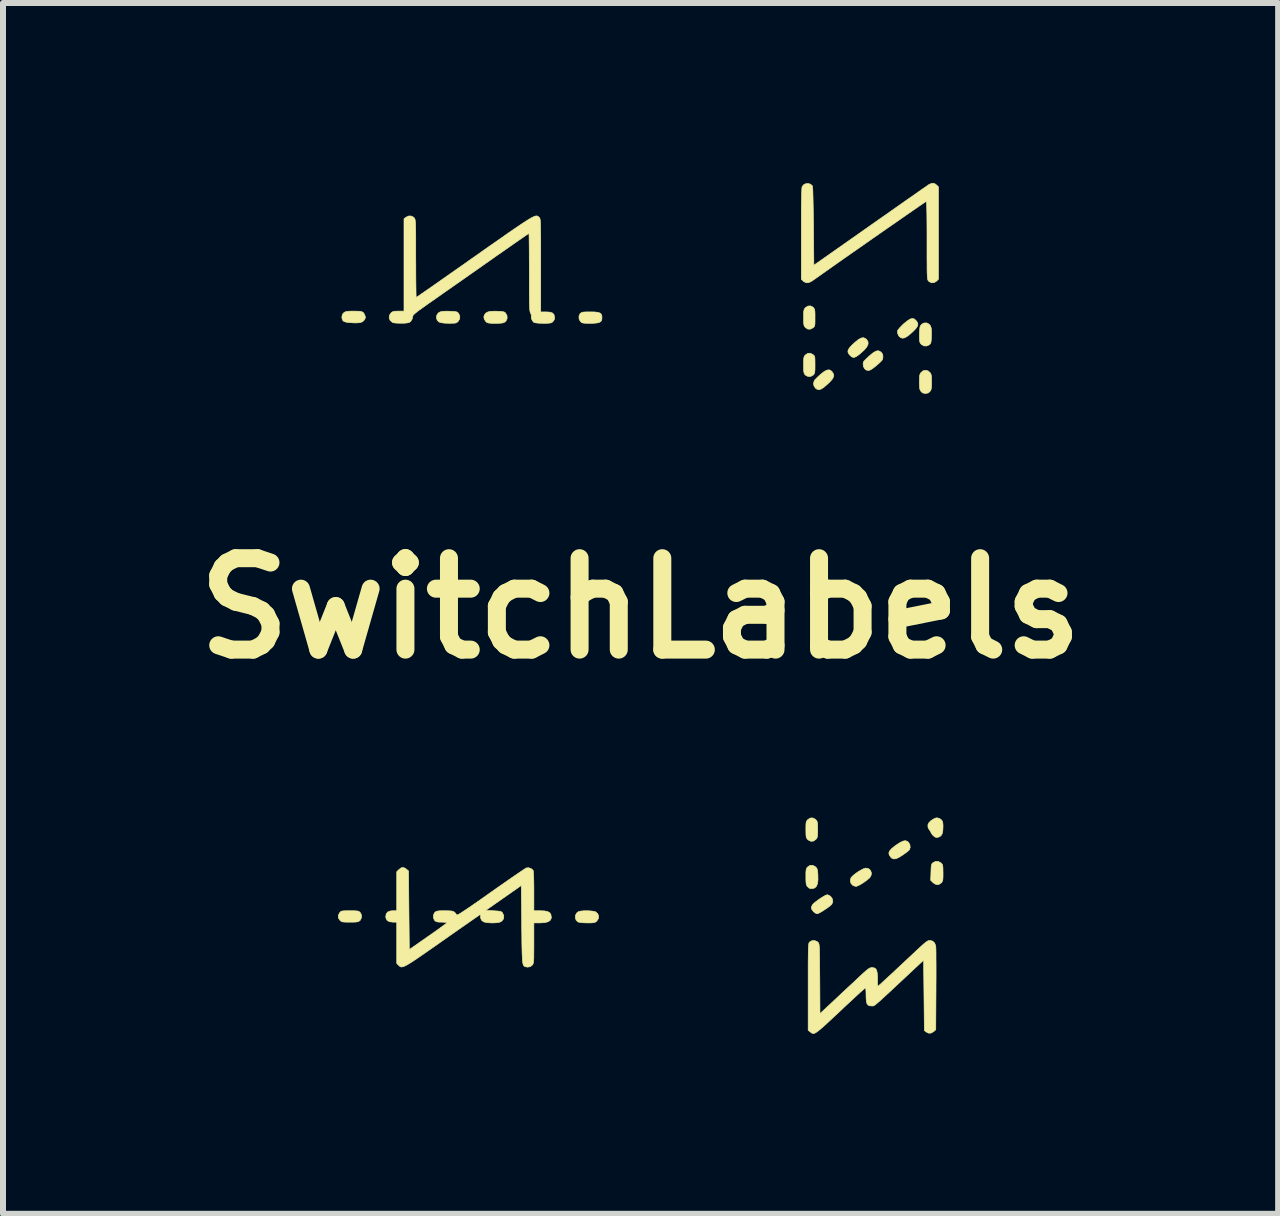
<source format=kicad_pcb>
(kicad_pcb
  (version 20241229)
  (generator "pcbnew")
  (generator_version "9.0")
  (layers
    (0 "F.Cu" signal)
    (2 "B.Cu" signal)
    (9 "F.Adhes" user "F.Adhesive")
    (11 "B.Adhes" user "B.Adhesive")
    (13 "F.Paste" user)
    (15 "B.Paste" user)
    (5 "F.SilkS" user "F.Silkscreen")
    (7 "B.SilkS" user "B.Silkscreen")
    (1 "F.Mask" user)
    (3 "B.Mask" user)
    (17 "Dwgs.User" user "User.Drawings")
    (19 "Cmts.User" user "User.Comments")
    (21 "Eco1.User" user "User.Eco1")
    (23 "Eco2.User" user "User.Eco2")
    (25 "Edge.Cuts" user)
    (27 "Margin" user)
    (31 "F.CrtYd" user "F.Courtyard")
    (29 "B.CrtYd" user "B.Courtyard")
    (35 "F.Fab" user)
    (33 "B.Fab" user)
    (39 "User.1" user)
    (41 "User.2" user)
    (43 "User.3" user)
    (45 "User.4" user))
  (footprint "SwitchLabels"
    (layer "F.Cu")
    (at 7.627 7.089)
    (property "Reference" "SwitchLabels" (at 0 0 0) (layer "F.SilkS") (effects (font (size 1.524 1.524) (thickness 0.3))))
    (attr through_hole)
    (fp_poly (pts (xy 3.749 -4.497) (xy 3.77 -4.479) (xy 3.792 -4.443) (xy 3.793 -4.403) (xy 3.772 -4.357) (xy 3.729 -4.305) (xy 3.663 -4.246) (xy 3.641 -4.227) (xy 3.595 -4.195) (xy 3.559 -4.181) (xy 3.529 -4.186) (xy 3.497 -4.21) (xy 3.492 -4.215) (xy 3.466 -4.246) (xy 3.456 -4.275) (xy 3.461 -4.306) (xy 3.484 -4.343) (xy 3.526 -4.388) (xy 3.572 -4.431) (xy 3.63 -4.478) (xy 3.676 -4.504) (xy 3.715 -4.51) (xy 3.749 -4.497)) (stroke (width 0.01) (type solid)) (fill yes) (layer "F.SilkS"))
    (fp_poly (pts (xy -0.832 5.045) (xy -0.782 5.051) (xy -0.75 5.06) (xy -0.714 5.091) (xy -0.698 5.132) (xy -0.704 5.176) (xy -0.73 5.214) (xy -0.746 5.228) (xy -0.764 5.237) (xy -0.79 5.242) (xy -0.829 5.245) (xy -0.885 5.245) (xy -0.95 5.243) (xy -1.002 5.238) (xy -1.037 5.231) (xy -1.041 5.229) (xy -1.073 5.2) (xy -1.087 5.161) (xy -1.085 5.119) (xy -1.066 5.081) (xy -1.034 5.056) (xy -0.999 5.048) (xy -0.949 5.043) (xy -0.89 5.042) (xy -0.832 5.045)) (stroke (width 0.01) (type solid)) (fill yes) (layer "F.SilkS"))
    (fp_poly (pts (xy 3.187 -3.95) (xy 3.211 -3.915) (xy 3.221 -3.885) (xy 3.215 -3.853) (xy 3.194 -3.816) (xy 3.154 -3.771) (xy 3.114 -3.734) (xy 3.057 -3.684) (xy 3.011 -3.654) (xy 2.974 -3.643) (xy 2.942 -3.65) (xy 2.912 -3.673) (xy 2.911 -3.674) (xy 2.888 -3.714) (xy 2.885 -3.76) (xy 2.9 -3.801) (xy 2.905 -3.807) (xy 2.925 -3.827) (xy 2.957 -3.859) (xy 2.997 -3.895) (xy 3.007 -3.904) (xy 3.065 -3.949) (xy 3.113 -3.972) (xy 3.153 -3.973) (xy 3.187 -3.95)) (stroke (width 0.01) (type solid)) (fill yes) (layer "F.SilkS"))
    (fp_poly (pts (xy 4.445 3.884) (xy 4.468 3.903) (xy 4.489 3.94) (xy 4.495 3.984) (xy 4.484 4.022) (xy 4.48 4.028) (xy 4.463 4.044) (xy 4.43 4.07) (xy 4.388 4.1) (xy 4.37 4.113) (xy 4.306 4.153) (xy 4.256 4.175) (xy 4.217 4.178) (xy 4.185 4.164) (xy 4.167 4.145) (xy 4.145 4.11) (xy 4.139 4.078) (xy 4.151 4.046) (xy 4.182 4.01) (xy 4.234 3.967) (xy 4.266 3.944) (xy 4.328 3.904) (xy 4.376 3.881) (xy 4.414 3.874) (xy 4.445 3.884)) (stroke (width 0.01) (type solid)) (fill yes) (layer "F.SilkS"))
    (fp_poly (pts (xy 4.56 -4.824) (xy 4.589 -4.8) (xy 4.593 -4.796) (xy 4.616 -4.763) (xy 4.623 -4.731) (xy 4.613 -4.697) (xy 4.586 -4.658) (xy 4.539 -4.611) (xy 4.498 -4.574) (xy 4.445 -4.532) (xy 4.402 -4.508) (xy 4.366 -4.502) (xy 4.335 -4.511) (xy 4.306 -4.537) (xy 4.287 -4.577) (xy 4.283 -4.619) (xy 4.284 -4.626) (xy 4.297 -4.647) (xy 4.324 -4.679) (xy 4.361 -4.717) (xy 4.387 -4.742) (xy 4.446 -4.79) (xy 4.492 -4.82) (xy 4.529 -4.83) (xy 4.56 -4.824)) (stroke (width 0.01) (type solid)) (fill yes) (layer "F.SilkS"))
    (fp_poly (pts (xy 4.982 3.503) (xy 5.011 3.524) (xy 5.028 3.544) (xy 5.037 3.567) (xy 5.041 3.601) (xy 5.042 3.644) (xy 5.038 3.713) (xy 5.027 3.761) (xy 5.007 3.792) (xy 4.983 3.809) (xy 4.945 3.821) (xy 4.915 3.816) (xy 4.886 3.797) (xy 4.86 3.77) (xy 4.844 3.744) (xy 4.829 3.713) (xy 4.812 3.691) (xy 4.792 3.654) (xy 4.79 3.611) (xy 4.804 3.578) (xy 4.836 3.545) (xy 4.878 3.516) (xy 4.919 3.497) (xy 4.943 3.493) (xy 4.982 3.503)) (stroke (width 0.01) (type solid)) (fill yes) (layer "F.SilkS"))
    (fp_poly (pts (xy 3.801 4.341) (xy 3.832 4.368) (xy 3.847 4.405) (xy 3.845 4.447) (xy 3.823 4.488) (xy 3.813 4.498) (xy 3.77 4.534) (xy 3.722 4.569) (xy 3.673 4.6) (xy 3.63 4.623) (xy 3.599 4.635) (xy 3.593 4.636) (xy 3.558 4.628) (xy 3.534 4.616) (xy 3.507 4.584) (xy 3.497 4.541) (xy 3.505 4.499) (xy 3.51 4.49) (xy 3.536 4.461) (xy 3.576 4.428) (xy 3.624 4.394) (xy 3.674 4.364) (xy 3.719 4.341) (xy 3.752 4.331) (xy 3.756 4.331) (xy 3.801 4.341)) (stroke (width 0.01) (type solid)) (fill yes) (layer "F.SilkS"))
    (fp_poly (pts (xy -3.185 -4.951) (xy -3.126 -4.948) (xy -3.087 -4.945) (xy -3.062 -4.939) (xy -3.046 -4.929) (xy -3.034 -4.917) (xy -3.013 -4.872) (xy -3.014 -4.825) (xy -3.039 -4.783) (xy -3.041 -4.781) (xy -3.057 -4.767) (xy -3.075 -4.757) (xy -3.101 -4.752) (xy -3.14 -4.751) (xy -3.197 -4.75) (xy -3.273 -4.753) (xy -3.326 -4.76) (xy -3.356 -4.77) (xy -3.389 -4.8) (xy -3.402 -4.839) (xy -3.398 -4.881) (xy -3.375 -4.918) (xy -3.351 -4.935) (xy -3.324 -4.945) (xy -3.289 -4.95) (xy -3.239 -4.952) (xy -3.185 -4.951)) (stroke (width 0.01) (type solid)) (fill yes) (layer "F.SilkS"))
    (fp_poly (pts (xy 3.984 -4.286) (xy 4.011 -4.267) (xy 4.033 -4.239) (xy 4.04 -4.206) (xy 4.039 -4.172) (xy 4.035 -4.154) (xy 4.027 -4.137) (xy 4.009 -4.116) (xy 3.98 -4.088) (xy 3.935 -4.049) (xy 3.921 -4.037) (xy 3.865 -3.993) (xy 3.821 -3.968) (xy 3.786 -3.963) (xy 3.755 -3.975) (xy 3.736 -3.992) (xy 3.713 -4.034) (xy 3.71 -4.083) (xy 3.716 -4.107) (xy 3.728 -4.123) (xy 3.756 -4.152) (xy 3.793 -4.187) (xy 3.818 -4.21) (xy 3.874 -4.256) (xy 3.918 -4.283) (xy 3.954 -4.293) (xy 3.984 -4.286)) (stroke (width 0.01) (type solid)) (fill yes) (layer "F.SilkS"))
    (fp_poly (pts (xy -4.721 -4.952) (xy -4.675 -4.95) (xy -4.645 -4.943) (xy -4.625 -4.932) (xy -4.611 -4.915) (xy -4.603 -4.901) (xy -4.587 -4.861) (xy -4.59 -4.83) (xy -4.611 -4.798) (xy -4.613 -4.795) (xy -4.638 -4.775) (xy -4.671 -4.762) (xy -4.718 -4.757) (xy -4.783 -4.757) (xy -4.843 -4.761) (xy -4.904 -4.768) (xy -4.945 -4.781) (xy -4.967 -4.803) (xy -4.977 -4.835) (xy -4.978 -4.859) (xy -4.969 -4.9) (xy -4.945 -4.927) (xy -4.926 -4.939) (xy -4.902 -4.947) (xy -4.868 -4.951) (xy -4.817 -4.953) (xy -4.787 -4.953) (xy -4.721 -4.952)) (stroke (width 0.01) (type solid)) (fill yes) (layer "F.SilkS"))
    (fp_poly (pts (xy -2.39 -4.951) (xy -2.333 -4.948) (xy -2.296 -4.944) (xy -2.272 -4.938) (xy -2.256 -4.927) (xy -2.247 -4.917) (xy -2.225 -4.874) (xy -2.224 -4.828) (xy -2.243 -4.788) (xy -2.256 -4.776) (xy -2.275 -4.764) (xy -2.298 -4.756) (xy -2.331 -4.752) (xy -2.38 -4.75) (xy -2.419 -4.75) (xy -2.479 -4.75) (xy -2.52 -4.753) (xy -2.547 -4.758) (xy -2.565 -4.767) (xy -2.576 -4.776) (xy -2.605 -4.817) (xy -2.612 -4.86) (xy -2.598 -4.897) (xy -2.575 -4.923) (xy -2.543 -4.94) (xy -2.499 -4.949) (xy -2.436 -4.952) (xy -2.39 -4.951)) (stroke (width 0.01) (type solid)) (fill yes) (layer "F.SilkS"))
    (fp_poly (pts (xy -0.764 -4.939) (xy -0.709 -4.932) (xy -0.674 -4.92) (xy -0.653 -4.899) (xy -0.644 -4.869) (xy -0.643 -4.845) (xy -0.646 -4.808) (xy -0.66 -4.782) (xy -0.686 -4.765) (xy -0.729 -4.755) (xy -0.792 -4.75) (xy -0.837 -4.75) (xy -0.899 -4.75) (xy -0.94 -4.752) (xy -0.966 -4.756) (xy -0.984 -4.764) (xy -0.998 -4.776) (xy -1.001 -4.779) (xy -1.024 -4.819) (xy -1.027 -4.864) (xy -1.012 -4.905) (xy -1.003 -4.915) (xy -0.989 -4.926) (xy -0.97 -4.934) (xy -0.941 -4.938) (xy -0.897 -4.94) (xy -0.84 -4.94) (xy -0.764 -4.939)) (stroke (width 0.01) (type solid)) (fill yes) (layer "F.SilkS"))
    (fp_poly (pts (xy 4.781 -4.752) (xy 4.812 -4.733) (xy 4.833 -4.707) (xy 4.845 -4.67) (xy 4.85 -4.615) (xy 4.849 -4.546) (xy 4.847 -4.487) (xy 4.843 -4.447) (xy 4.838 -4.422) (xy 4.828 -4.406) (xy 4.815 -4.393) (xy 4.771 -4.372) (xy 4.724 -4.373) (xy 4.681 -4.398) (xy 4.679 -4.4) (xy 4.665 -4.417) (xy 4.656 -4.435) (xy 4.651 -4.462) (xy 4.649 -4.502) (xy 4.648 -4.552) (xy 4.65 -4.608) (xy 4.654 -4.658) (xy 4.659 -4.694) (xy 4.663 -4.704) (xy 4.689 -4.737) (xy 4.728 -4.756) (xy 4.77 -4.756) (xy 4.781 -4.752)) (stroke (width 0.01) (type solid)) (fill yes) (layer "F.SilkS"))
    (fp_poly (pts (xy 2.914 4.308) (xy 2.916 4.309) (xy 2.934 4.328) (xy 2.945 4.349) (xy 2.951 4.381) (xy 2.956 4.431) (xy 2.956 4.435) (xy 2.958 4.524) (xy 2.95 4.59) (xy 2.931 4.636) (xy 2.901 4.663) (xy 2.858 4.673) (xy 2.852 4.674) (xy 2.811 4.666) (xy 2.782 4.64) (xy 2.77 4.621) (xy 2.762 4.599) (xy 2.758 4.566) (xy 2.756 4.518) (xy 2.756 4.474) (xy 2.756 4.414) (xy 2.758 4.374) (xy 2.763 4.348) (xy 2.771 4.329) (xy 2.784 4.314) (xy 2.787 4.311) (xy 2.827 4.285) (xy 2.87 4.284) (xy 2.914 4.308)) (stroke (width 0.01) (type solid)) (fill yes) (layer "F.SilkS"))
    (fp_poly (pts (xy 3.137 4.783) (xy 3.167 4.802) (xy 3.17 4.805) (xy 3.197 4.843) (xy 3.205 4.887) (xy 3.191 4.928) (xy 3.182 4.939) (xy 3.157 4.962) (xy 3.119 4.991) (xy 3.073 5.022) (xy 3.027 5.052) (xy 2.986 5.075) (xy 2.955 5.09) (xy 2.944 5.093) (xy 2.92 5.084) (xy 2.89 5.063) (xy 2.882 5.056) (xy 2.853 5.017) (xy 2.847 4.982) (xy 2.865 4.944) (xy 2.871 4.936) (xy 2.894 4.913) (xy 2.932 4.883) (xy 2.977 4.85) (xy 3.023 4.82) (xy 3.066 4.794) (xy 3.099 4.779) (xy 3.112 4.775) (xy 3.137 4.783)) (stroke (width 0.01) (type solid)) (fill yes) (layer "F.SilkS"))
    (fp_poly (pts (xy 4.966 4.221) (xy 5.009 4.246) (xy 5.011 4.248) (xy 5.025 4.263) (xy 5.034 4.28) (xy 5.039 4.305) (xy 5.041 4.342) (xy 5.042 4.398) (xy 5.042 4.413) (xy 5.042 4.474) (xy 5.04 4.515) (xy 5.035 4.542) (xy 5.027 4.56) (xy 5.014 4.575) (xy 5.011 4.579) (xy 4.971 4.605) (xy 4.929 4.606) (xy 4.886 4.582) (xy 4.875 4.572) (xy 4.836 4.534) (xy 4.841 4.399) (xy 4.843 4.339) (xy 4.846 4.298) (xy 4.852 4.272) (xy 4.86 4.255) (xy 4.873 4.242) (xy 4.875 4.241) (xy 4.92 4.219) (xy 4.966 4.221)) (stroke (width 0.01) (type solid)) (fill yes) (layer "F.SilkS"))
    (fp_poly (pts (xy -4.781 5.042) (xy -4.738 5.044) (xy -4.71 5.048) (xy -4.692 5.055) (xy -4.678 5.066) (xy -4.674 5.07) (xy -4.652 5.11) (xy -4.651 5.155) (xy -4.669 5.196) (xy -4.678 5.205) (xy -4.693 5.217) (xy -4.712 5.225) (xy -4.74 5.23) (xy -4.782 5.232) (xy -4.843 5.232) (xy -4.904 5.232) (xy -4.946 5.23) (xy -4.973 5.226) (xy -4.991 5.218) (xy -5.006 5.205) (xy -5.011 5.201) (xy -5.037 5.161) (xy -5.038 5.118) (xy -5.016 5.075) (xy -5.003 5.061) (xy -4.99 5.051) (xy -4.97 5.046) (xy -4.938 5.043) (xy -4.89 5.042) (xy -4.845 5.042) (xy -4.781 5.042)) (stroke (width 0.01) (type solid)) (fill yes) (layer "F.SilkS"))
    (fp_poly (pts (xy 2.875 -4.228) (xy 2.889 -4.216) (xy 2.899 -4.202) (xy 2.905 -4.182) (xy 2.907 -4.15) (xy 2.908 -4.102) (xy 2.908 -4.059) (xy 2.908 -3.996) (xy 2.906 -3.954) (xy 2.902 -3.926) (xy 2.895 -3.907) (xy 2.884 -3.893) (xy 2.879 -3.888) (xy 2.838 -3.865) (xy 2.793 -3.863) (xy 2.753 -3.883) (xy 2.745 -3.89) (xy 2.733 -3.906) (xy 2.725 -3.925) (xy 2.72 -3.952) (xy 2.718 -3.994) (xy 2.718 -4.056) (xy 2.718 -4.117) (xy 2.72 -4.158) (xy 2.724 -4.185) (xy 2.732 -4.204) (xy 2.745 -4.219) (xy 2.749 -4.223) (xy 2.789 -4.25) (xy 2.832 -4.251) (xy 2.875 -4.228)) (stroke (width 0.01) (type solid)) (fill yes) (layer "F.SilkS"))
    (fp_poly (pts (xy 4.791 -3.957) (xy 4.822 -3.932) (xy 4.836 -3.914) (xy 4.844 -3.893) (xy 4.849 -3.864) (xy 4.851 -3.821) (xy 4.851 -3.773) (xy 4.851 -3.713) (xy 4.848 -3.672) (xy 4.842 -3.644) (xy 4.832 -3.624) (xy 4.825 -3.615) (xy 4.798 -3.59) (xy 4.763 -3.582) (xy 4.75 -3.581) (xy 4.71 -3.587) (xy 4.682 -3.606) (xy 4.675 -3.615) (xy 4.662 -3.634) (xy 4.654 -3.658) (xy 4.65 -3.692) (xy 4.648 -3.742) (xy 4.648 -3.773) (xy 4.649 -3.832) (xy 4.651 -3.871) (xy 4.657 -3.898) (xy 4.667 -3.918) (xy 4.678 -3.932) (xy 4.713 -3.96) (xy 4.75 -3.967) (xy 4.791 -3.957)) (stroke (width 0.01) (type solid)) (fill yes) (layer "F.SilkS"))
    (fp_poly (pts (xy 2.873 -5.02) (xy 2.881 -5.013) (xy 2.893 -4.997) (xy 2.901 -4.979) (xy 2.906 -4.952) (xy 2.908 -4.911) (xy 2.908 -4.851) (xy 2.908 -4.842) (xy 2.908 -4.78) (xy 2.907 -4.739) (xy 2.903 -4.712) (xy 2.896 -4.695) (xy 2.884 -4.682) (xy 2.875 -4.675) (xy 2.83 -4.652) (xy 2.787 -4.654) (xy 2.749 -4.679) (xy 2.735 -4.695) (xy 2.726 -4.712) (xy 2.721 -4.737) (xy 2.718 -4.774) (xy 2.718 -4.83) (xy 2.718 -4.845) (xy 2.718 -4.906) (xy 2.72 -4.947) (xy 2.725 -4.973) (xy 2.733 -4.992) (xy 2.745 -5.007) (xy 2.749 -5.011) (xy 2.79 -5.037) (xy 2.833 -5.04) (xy 2.873 -5.02)) (stroke (width 0.01) (type solid)) (fill yes) (layer "F.SilkS"))
    (fp_poly (pts (xy 2.914 3.517) (xy 2.922 3.525) (xy 2.936 3.542) (xy 2.945 3.56) (xy 2.95 3.586) (xy 2.952 3.625) (xy 2.953 3.684) (xy 2.953 3.689) (xy 2.952 3.749) (xy 2.95 3.79) (xy 2.945 3.817) (xy 2.937 3.835) (xy 2.923 3.852) (xy 2.922 3.853) (xy 2.882 3.881) (xy 2.838 3.884) (xy 2.796 3.863) (xy 2.787 3.855) (xy 2.773 3.839) (xy 2.764 3.822) (xy 2.759 3.798) (xy 2.757 3.76) (xy 2.756 3.705) (xy 2.756 3.689) (xy 2.756 3.629) (xy 2.758 3.588) (xy 2.763 3.561) (xy 2.771 3.543) (xy 2.784 3.527) (xy 2.787 3.524) (xy 2.828 3.497) (xy 2.872 3.495) (xy 2.914 3.517)) (stroke (width 0.01) (type solid)) (fill yes) (layer "F.SilkS"))
    (fp_poly (pts (xy 4.898 -7.081) (xy 4.935 -7.055) (xy 4.966 -7.024) (xy 4.966 -5.485) (xy 4.935 -5.454) (xy 4.894 -5.428) (xy 4.85 -5.425) (xy 4.81 -5.445) (xy 4.803 -5.452) (xy 4.797 -5.459) (xy 4.791 -5.467) (xy 4.787 -5.478) (xy 4.784 -5.494) (xy 4.781 -5.518) (xy 4.779 -5.552) (xy 4.777 -5.597) (xy 4.776 -5.655) (xy 4.776 -5.73) (xy 4.775 -5.823) (xy 4.775 -5.937) (xy 4.775 -6.072) (xy 4.775 -6.132) (xy 4.775 -6.299) (xy 4.774 -6.441) (xy 4.773 -6.558) (xy 4.771 -6.651) (xy 4.769 -6.718) (xy 4.766 -6.762) (xy 4.763 -6.781) (xy 4.762 -6.782) (xy 4.751 -6.775) (xy 4.72 -6.754) (xy 4.672 -6.722) (xy 4.609 -6.678) (xy 4.532 -6.625) (xy 4.443 -6.564) (xy 4.344 -6.495) (xy 4.237 -6.42) (xy 4.122 -6.341) (xy 4.003 -6.258) (xy 3.881 -6.173) (xy 3.758 -6.087) (xy 3.635 -6.001) (xy 3.514 -5.917) (xy 3.397 -5.835) (xy 3.286 -5.757) (xy 3.183 -5.684) (xy 3.089 -5.618) (xy 3.006 -5.559) (xy 2.935 -5.509) (xy 2.879 -5.47) (xy 2.865 -5.459) (xy 2.81 -5.43) (xy 2.763 -5.425) (xy 2.721 -5.445) (xy 2.711 -5.454) (xy 2.68 -5.485) (xy 2.68 -6.241) (xy 2.68 -6.417) (xy 2.68 -6.57) (xy 2.681 -6.698) (xy 2.683 -6.804) (xy 2.684 -6.889) (xy 2.687 -6.953) (xy 2.689 -6.997) (xy 2.692 -7.022) (xy 2.694 -7.028) (xy 2.722 -7.063) (xy 2.764 -7.08) (xy 2.81 -7.077) (xy 2.818 -7.074) (xy 2.848 -7.057) (xy 2.866 -7.038) (xy 2.868 -7.021) (xy 2.871 -6.982) (xy 2.873 -6.922) (xy 2.875 -6.844) (xy 2.877 -6.751) (xy 2.879 -6.645) (xy 2.881 -6.528) (xy 2.883 -6.403) (xy 2.883 -6.367) (xy 2.889 -5.718) (xy 3.829 -6.378) (xy 3.968 -6.476) (xy 4.101 -6.569) (xy 4.228 -6.658) (xy 4.346 -6.741) (xy 4.454 -6.817) (xy 4.551 -6.884) (xy 4.634 -6.943) (xy 4.703 -6.991) (xy 4.756 -7.027) (xy 4.791 -7.052) (xy 4.807 -7.063) (xy 4.807 -7.063) (xy 4.855 -7.084) (xy 4.898 -7.081)) (stroke (width 0.01) (type solid)) (fill yes) (layer "F.SilkS"))
    (fp_poly (pts (xy 4.869 5.548) (xy 4.903 5.581) (xy 4.921 5.629) (xy 4.922 5.649) (xy 4.924 5.692) (xy 4.925 5.756) (xy 4.925 5.838) (xy 4.926 5.935) (xy 4.926 6.044) (xy 4.926 6.164) (xy 4.925 6.292) (xy 4.925 6.348) (xy 4.921 7.025) (xy 4.886 7.056) (xy 4.841 7.082) (xy 4.798 7.082) (xy 4.761 7.062) (xy 4.731 7.038) (xy 4.718 5.866) (xy 4.476 6.092) (xy 4.359 6.202) (xy 4.258 6.296) (xy 4.174 6.375) (xy 4.103 6.44) (xy 4.045 6.494) (xy 3.999 6.536) (xy 3.962 6.568) (xy 3.934 6.592) (xy 3.913 6.609) (xy 3.897 6.62) (xy 3.885 6.626) (xy 3.876 6.629) (xy 3.868 6.63) (xy 3.859 6.629) (xy 3.855 6.629) (xy 3.816 6.626) (xy 3.79 6.612) (xy 3.772 6.585) (xy 3.763 6.54) (xy 3.759 6.475) (xy 3.759 6.451) (xy 3.758 6.395) (xy 3.755 6.353) (xy 3.751 6.33) (xy 3.747 6.327) (xy 3.736 6.336) (xy 3.708 6.361) (xy 3.665 6.399) (xy 3.611 6.449) (xy 3.546 6.509) (xy 3.474 6.576) (xy 3.395 6.649) (xy 3.386 6.658) (xy 3.279 6.759) (xy 3.188 6.843) (xy 3.113 6.913) (xy 3.051 6.97) (xy 3.001 7.013) (xy 2.961 7.046) (xy 2.93 7.068) (xy 2.906 7.082) (xy 2.887 7.088) (xy 2.871 7.088) (xy 2.858 7.083) (xy 2.844 7.074) (xy 2.829 7.062) (xy 2.827 7.06) (xy 2.794 7.034) (xy 2.794 6.311) (xy 2.794 6.157) (xy 2.794 6.027) (xy 2.794 5.918) (xy 2.795 5.828) (xy 2.796 5.756) (xy 2.797 5.699) (xy 2.798 5.656) (xy 2.801 5.623) (xy 2.803 5.6) (xy 2.806 5.585) (xy 2.81 5.574) (xy 2.815 5.567) (xy 2.819 5.563) (xy 2.857 5.541) (xy 2.902 5.539) (xy 2.943 5.555) (xy 2.957 5.566) (xy 2.963 5.574) (xy 2.969 5.582) (xy 2.973 5.594) (xy 2.977 5.612) (xy 2.979 5.638) (xy 2.982 5.674) (xy 2.983 5.723) (xy 2.984 5.787) (xy 2.985 5.868) (xy 2.986 5.968) (xy 2.987 6.091) (xy 2.988 6.176) (xy 2.991 6.757) (xy 3.245 6.52) (xy 3.323 6.447) (xy 3.404 6.371) (xy 3.484 6.296) (xy 3.559 6.227) (xy 3.622 6.167) (xy 3.655 6.136) (xy 3.714 6.081) (xy 3.758 6.042) (xy 3.791 6.016) (xy 3.815 6) (xy 3.835 5.992) (xy 3.853 5.989) (xy 3.857 5.989) (xy 3.894 5.994) (xy 3.92 6.009) (xy 3.937 6.039) (xy 3.946 6.086) (xy 3.95 6.154) (xy 3.95 6.174) (xy 3.95 6.227) (xy 3.952 6.269) (xy 3.955 6.294) (xy 3.957 6.299) (xy 3.961 6.297) (xy 3.97 6.29) (xy 3.986 6.276) (xy 4.009 6.256) (xy 4.041 6.226) (xy 4.083 6.188) (xy 4.136 6.139) (xy 4.202 6.078) (xy 4.281 6.004) (xy 4.375 5.916) (xy 4.484 5.814) (xy 4.611 5.695) (xy 4.634 5.674) (xy 4.691 5.621) (xy 4.734 5.583) (xy 4.766 5.559) (xy 4.79 5.544) (xy 4.809 5.538) (xy 4.822 5.537) (xy 4.869 5.548)) (stroke (width 0.01) (type solid)) (fill yes) (layer "F.SilkS"))
    (fp_poly (pts (xy -1.724 -6.539) (xy -1.713 -6.535) (xy -1.703 -6.528) (xy -1.693 -6.519) (xy -1.69 -6.516) (xy -1.685 -6.51) (xy -1.68 -6.503) (xy -1.676 -6.493) (xy -1.673 -6.478) (xy -1.67 -6.455) (xy -1.668 -6.424) (xy -1.667 -6.381) (xy -1.666 -6.326) (xy -1.665 -6.256) (xy -1.664 -6.169) (xy -1.664 -6.063) (xy -1.664 -5.937) (xy -1.664 -5.788) (xy -1.664 -5.715) (xy -1.664 -4.94) (xy -1.576 -4.94) (xy -1.511 -4.936) (xy -1.468 -4.922) (xy -1.443 -4.896) (xy -1.433 -4.855) (xy -1.434 -4.823) (xy -1.444 -4.799) (xy -1.463 -4.776) (xy -1.478 -4.764) (xy -1.498 -4.756) (xy -1.528 -4.752) (xy -1.573 -4.75) (xy -1.625 -4.75) (xy -1.701 -4.752) (xy -1.753 -4.758) (xy -1.78 -4.767) (xy -1.781 -4.767) (xy -1.804 -4.795) (xy -1.819 -4.831) (xy -1.822 -4.864) (xy -1.821 -4.87) (xy -1.822 -4.894) (xy -1.834 -4.921) (xy -1.838 -4.93) (xy -1.842 -4.944) (xy -1.845 -4.965) (xy -1.848 -4.994) (xy -1.85 -5.035) (xy -1.852 -5.088) (xy -1.853 -5.157) (xy -1.853 -5.243) (xy -1.854 -5.349) (xy -1.854 -5.476) (xy -1.854 -5.6) (xy -1.854 -5.726) (xy -1.855 -5.843) (xy -1.855 -5.951) (xy -1.856 -6.045) (xy -1.857 -6.124) (xy -1.858 -6.186) (xy -1.859 -6.228) (xy -1.861 -6.247) (xy -1.861 -6.248) (xy -1.872 -6.241) (xy -1.903 -6.221) (xy -1.95 -6.188) (xy -2.014 -6.144) (xy -2.092 -6.09) (xy -2.181 -6.028) (xy -2.282 -5.957) (xy -2.392 -5.881) (xy -2.508 -5.799) (xy -2.594 -5.739) (xy -2.723 -5.648) (xy -2.852 -5.558) (xy -2.978 -5.469) (xy -3.1 -5.384) (xy -3.213 -5.305) (xy -3.317 -5.232) (xy -3.408 -5.168) (xy -3.484 -5.115) (xy -3.543 -5.074) (xy -3.559 -5.062) (xy -3.639 -5.005) (xy -3.701 -4.961) (xy -3.745 -4.926) (xy -3.775 -4.901) (xy -3.791 -4.882) (xy -3.797 -4.869) (xy -3.797 -4.868) (xy -3.807 -4.82) (xy -3.833 -4.78) (xy -3.856 -4.764) (xy -3.886 -4.757) (xy -3.932 -4.752) (xy -3.987 -4.751) (xy -4.043 -4.752) (xy -4.092 -4.755) (xy -4.126 -4.761) (xy -4.134 -4.764) (xy -4.173 -4.797) (xy -4.19 -4.839) (xy -4.186 -4.883) (xy -4.16 -4.922) (xy -4.14 -4.938) (xy -4.118 -4.948) (xy -4.085 -4.952) (xy -4.036 -4.953) (xy -3.943 -4.953) (xy -3.943 -6.492) (xy -3.913 -6.516) (xy -3.87 -6.538) (xy -3.825 -6.539) (xy -3.785 -6.52) (xy -3.773 -6.507) (xy -3.767 -6.499) (xy -3.762 -6.49) (xy -3.758 -6.477) (xy -3.755 -6.458) (xy -3.752 -6.432) (xy -3.75 -6.395) (xy -3.749 -6.347) (xy -3.748 -6.284) (xy -3.747 -6.205) (xy -3.747 -6.107) (xy -3.747 -5.988) (xy -3.747 -5.846) (xy -3.747 -5.828) (xy -3.746 -5.702) (xy -3.746 -5.585) (xy -3.745 -5.478) (xy -3.744 -5.384) (xy -3.743 -5.305) (xy -3.742 -5.243) (xy -3.741 -5.202) (xy -3.74 -5.183) (xy -3.739 -5.182) (xy -3.728 -5.189) (xy -3.697 -5.209) (xy -3.649 -5.243) (xy -3.584 -5.288) (xy -3.504 -5.343) (xy -3.411 -5.408) (xy -3.306 -5.482) (xy -3.19 -5.563) (xy -3.066 -5.65) (xy -2.933 -5.743) (xy -2.795 -5.841) (xy -2.771 -5.857) (xy -2.603 -5.976) (xy -2.454 -6.08) (xy -2.323 -6.171) (xy -2.21 -6.251) (xy -2.112 -6.318) (xy -2.028 -6.375) (xy -1.958 -6.422) (xy -1.899 -6.46) (xy -1.851 -6.49) (xy -1.812 -6.512) (xy -1.782 -6.527) (xy -1.758 -6.536) (xy -1.739 -6.54) (xy -1.724 -6.539)) (stroke (width 0.01) (type solid)) (fill yes) (layer "F.SilkS"))
    (fp_poly (pts (xy -3.914 4.339) (xy -3.903 4.349) (xy -3.867 4.379) (xy -3.861 5.034) (xy -3.854 5.689) (xy -3.541 5.47) (xy -3.462 5.415) (xy -3.391 5.365) (xy -3.329 5.32) (xy -3.28 5.284) (xy -3.245 5.258) (xy -3.228 5.244) (xy -3.226 5.242) (xy -3.238 5.237) (xy -3.268 5.234) (xy -3.311 5.232) (xy -3.315 5.232) (xy -3.366 5.231) (xy -3.399 5.225) (xy -3.421 5.214) (xy -3.429 5.207) (xy -3.45 5.17) (xy -3.454 5.125) (xy -3.439 5.083) (xy -3.427 5.068) (xy -3.411 5.056) (xy -3.392 5.049) (xy -3.362 5.044) (xy -3.317 5.042) (xy -3.262 5.042) (xy -3.196 5.043) (xy -3.151 5.046) (xy -3.12 5.054) (xy -3.097 5.069) (xy -3.078 5.091) (xy -3.067 5.109) (xy -3.062 5.112) (xy -3.05 5.109) (xy -3.032 5.101) (xy -3.004 5.085) (xy -2.967 5.061) (xy -2.917 5.028) (xy -2.853 4.985) (xy -2.775 4.931) (xy -2.679 4.865) (xy -2.566 4.785) (xy -2.496 4.735) (xy -2.389 4.66) (xy -2.288 4.59) (xy -2.194 4.524) (xy -2.11 4.466) (xy -2.038 4.417) (xy -1.979 4.377) (xy -1.936 4.348) (xy -1.911 4.332) (xy -1.906 4.329) (xy -1.867 4.325) (xy -1.826 4.338) (xy -1.795 4.363) (xy -1.79 4.37) (xy -1.787 4.389) (xy -1.784 4.43) (xy -1.781 4.489) (xy -1.779 4.564) (xy -1.778 4.65) (xy -1.778 4.717) (xy -1.778 5.042) (xy -1.673 5.042) (xy -1.601 5.045) (xy -1.55 5.055) (xy -1.516 5.073) (xy -1.496 5.101) (xy -1.494 5.107) (xy -1.486 5.157) (xy -1.5 5.196) (xy -1.537 5.224) (xy -1.597 5.24) (xy -1.676 5.245) (xy -1.778 5.245) (xy -1.778 5.58) (xy -1.778 5.681) (xy -1.779 5.76) (xy -1.779 5.82) (xy -1.781 5.864) (xy -1.784 5.895) (xy -1.788 5.916) (xy -1.793 5.931) (xy -1.8 5.943) (xy -1.804 5.948) (xy -1.841 5.975) (xy -1.887 5.982) (xy -1.923 5.974) (xy -1.934 5.969) (xy -1.944 5.961) (xy -1.952 5.95) (xy -1.958 5.932) (xy -1.964 5.905) (xy -1.968 5.869) (xy -1.971 5.819) (xy -1.974 5.755) (xy -1.976 5.675) (xy -1.978 5.576) (xy -1.979 5.456) (xy -1.981 5.314) (xy -1.981 5.267) (xy -1.988 4.621) (xy -2.284 4.828) (xy -2.581 5.036) (xy -2.451 5.042) (xy -2.391 5.046) (xy -2.35 5.05) (xy -2.325 5.057) (xy -2.31 5.066) (xy -2.303 5.074) (xy -2.28 5.122) (xy -2.281 5.167) (xy -2.292 5.189) (xy -2.314 5.215) (xy -2.345 5.232) (xy -2.39 5.241) (xy -2.452 5.245) (xy -2.478 5.245) (xy -2.554 5.241) (xy -2.609 5.229) (xy -2.644 5.207) (xy -2.663 5.173) (xy -2.667 5.136) (xy -2.669 5.113) (xy -2.673 5.105) (xy -2.684 5.112) (xy -2.714 5.133) (xy -2.761 5.165) (xy -2.824 5.209) (xy -2.9 5.262) (xy -2.988 5.323) (xy -3.085 5.391) (xy -3.191 5.465) (xy -3.303 5.544) (xy -3.437 5.638) (xy -3.552 5.718) (xy -3.65 5.786) (xy -3.731 5.842) (xy -3.799 5.887) (xy -3.854 5.922) (xy -3.897 5.947) (xy -3.932 5.965) (xy -3.959 5.975) (xy -3.979 5.979) (xy -3.996 5.978) (xy -4.009 5.971) (xy -4.021 5.962) (xy -4.033 5.951) (xy -4.064 5.919) (xy -4.064 5.232) (xy -4.126 5.232) (xy -4.185 5.225) (xy -4.224 5.203) (xy -4.244 5.165) (xy -4.247 5.137) (xy -4.238 5.09) (xy -4.21 5.06) (xy -4.162 5.044) (xy -4.126 5.042) (xy -4.064 5.042) (xy -4.064 4.392) (xy -4.027 4.355) (xy -3.988 4.326) (xy -3.952 4.321) (xy -3.914 4.339)) (stroke (width 0.01) (type solid)) (fill yes) (layer "F.SilkS")))
  (gr_rect
    (start -3 -3)
    (end 18.255 17.182)
    (stroke (width 0.1) (type default))
    (fill no)
    (layer "Edge.Cuts")))
</source>
